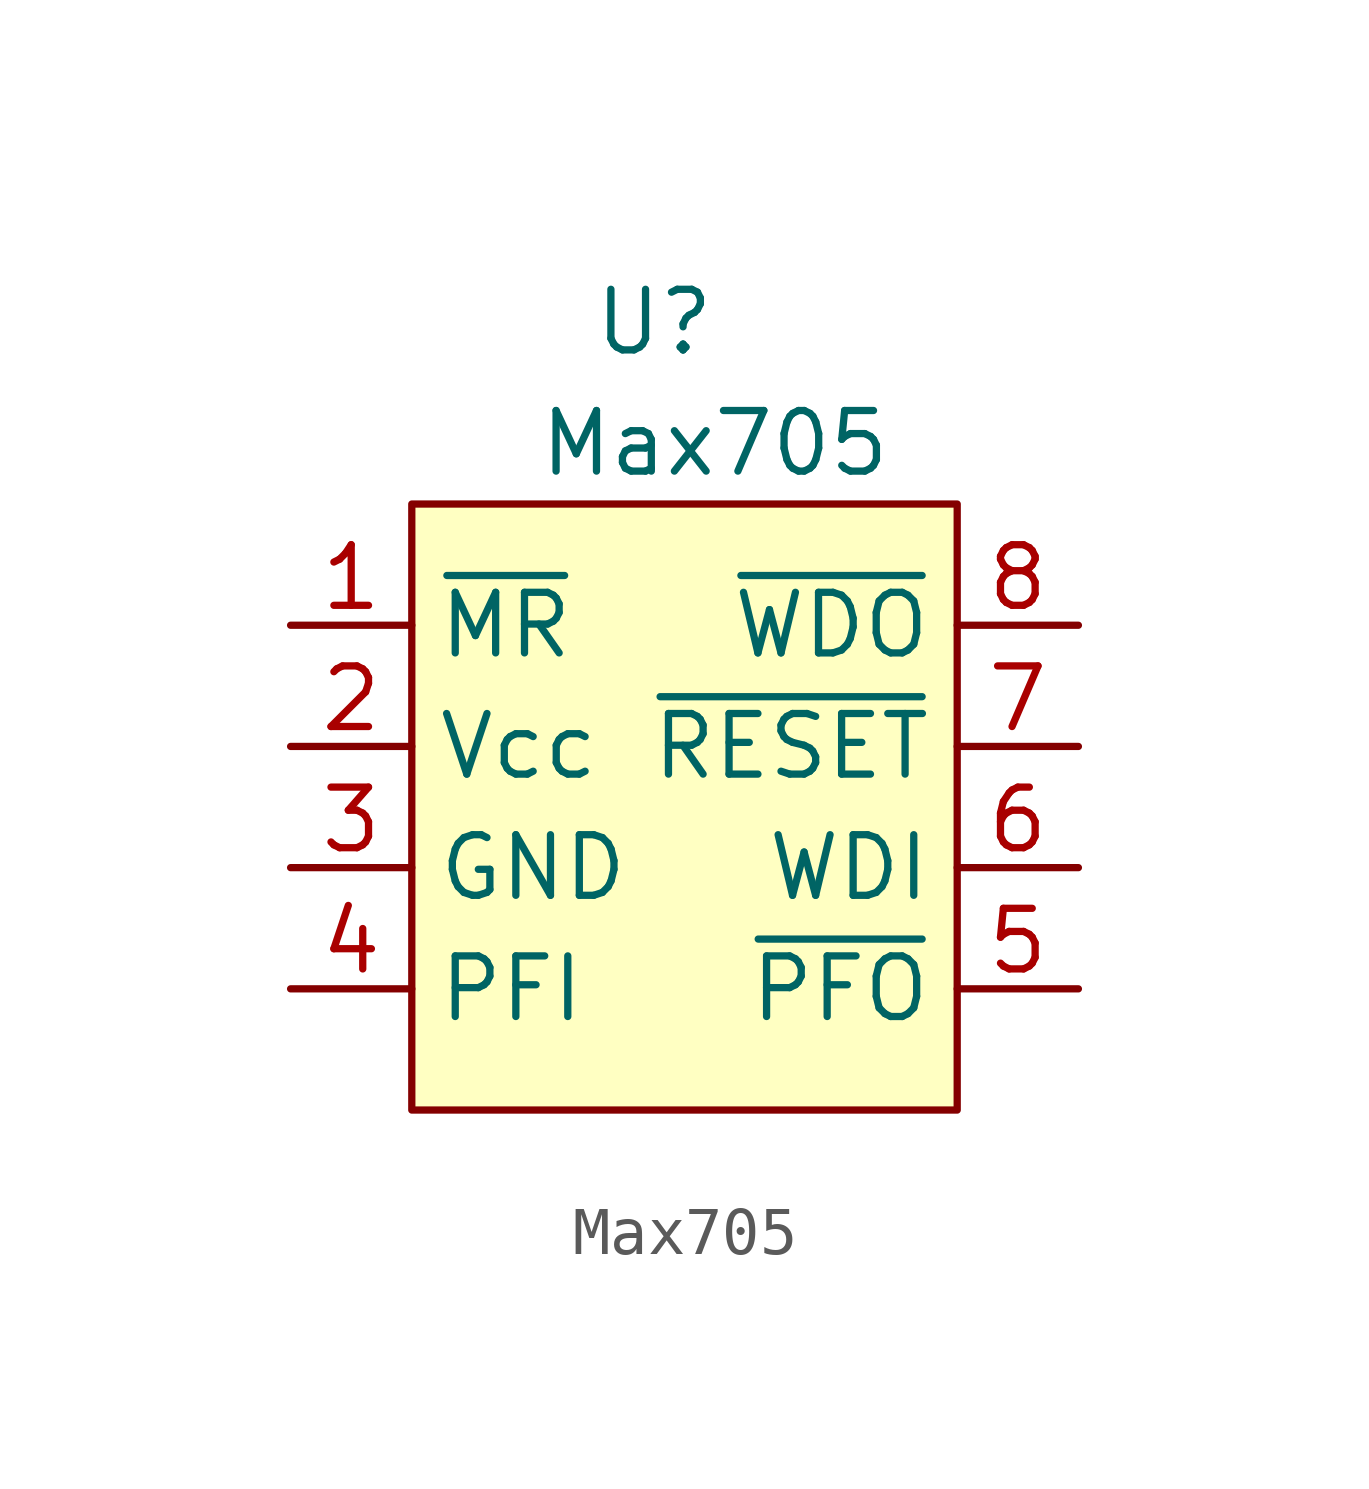
<source format=kicad_sym>
(kicad_symbol_lib
  (version 20211014)
  (generator kicad_symbol_editor)
  (symbol "Max705"
    (property "Reference" "U"
      (at 2.54 2.54 0)
      (effects (font (size 1.27 1.27))))
    (property "Value" "Max705"
      (at 3.81 0 0)
      (effects (font (size 1.27 1.27))))
    (symbol "Max705_0_1"
      (rectangle (start -2.54 -1.27) (end 8.89 -13.97) (stroke (width 0) (type default) (color 0 0 0 0)) (fill (type background))))
    (symbol "Max705_1_1"
      (pin input line (at -5.08 -3.81 0) (length 2.54) (name "~{MR}" (effects (font (size 1.27 1.27)))) (number "1" (effects (font (size 1.27 1.27)))))
      (pin power_in line (at -5.08 -6.35 0) (length 2.54) (name "Vcc" (effects (font (size 1.27 1.27)))) (number "2" (effects (font (size 1.27 1.27)))))
      (pin power_in line (at -5.08 -8.89 0) (length 2.54) (name "GND" (effects (font (size 1.27 1.27)))) (number "3" (effects (font (size 1.27 1.27)))))
      (pin input line (at -5.08 -11.43 0) (length 2.54) (name "PFI" (effects (font (size 1.27 1.27)))) (number "4" (effects (font (size 1.27 1.27)))))
      (pin output line (at 11.43 -11.43 180) (length 2.54) (name "~{PFO}" (effects (font (size 1.27 1.27)))) (number "5" (effects (font (size 1.27 1.27)))))
      (pin input line (at 11.43 -8.89 180) (length 2.54) (name "WDI" (effects (font (size 1.27 1.27)))) (number "6" (effects (font (size 1.27 1.27)))))
      (pin output line (at 11.43 -6.35 180) (length 2.54) (name "~{RESET}" (effects (font (size 1.27 1.27)))) (number "7" (effects (font (size 1.27 1.27)))))
      (pin output line (at 11.43 -3.81 180) (length 2.54) (name "~{WDO}" (effects (font (size 1.27 1.27)))) (number "8" (effects (font (size 1.27 1.27))))))))
</source>
